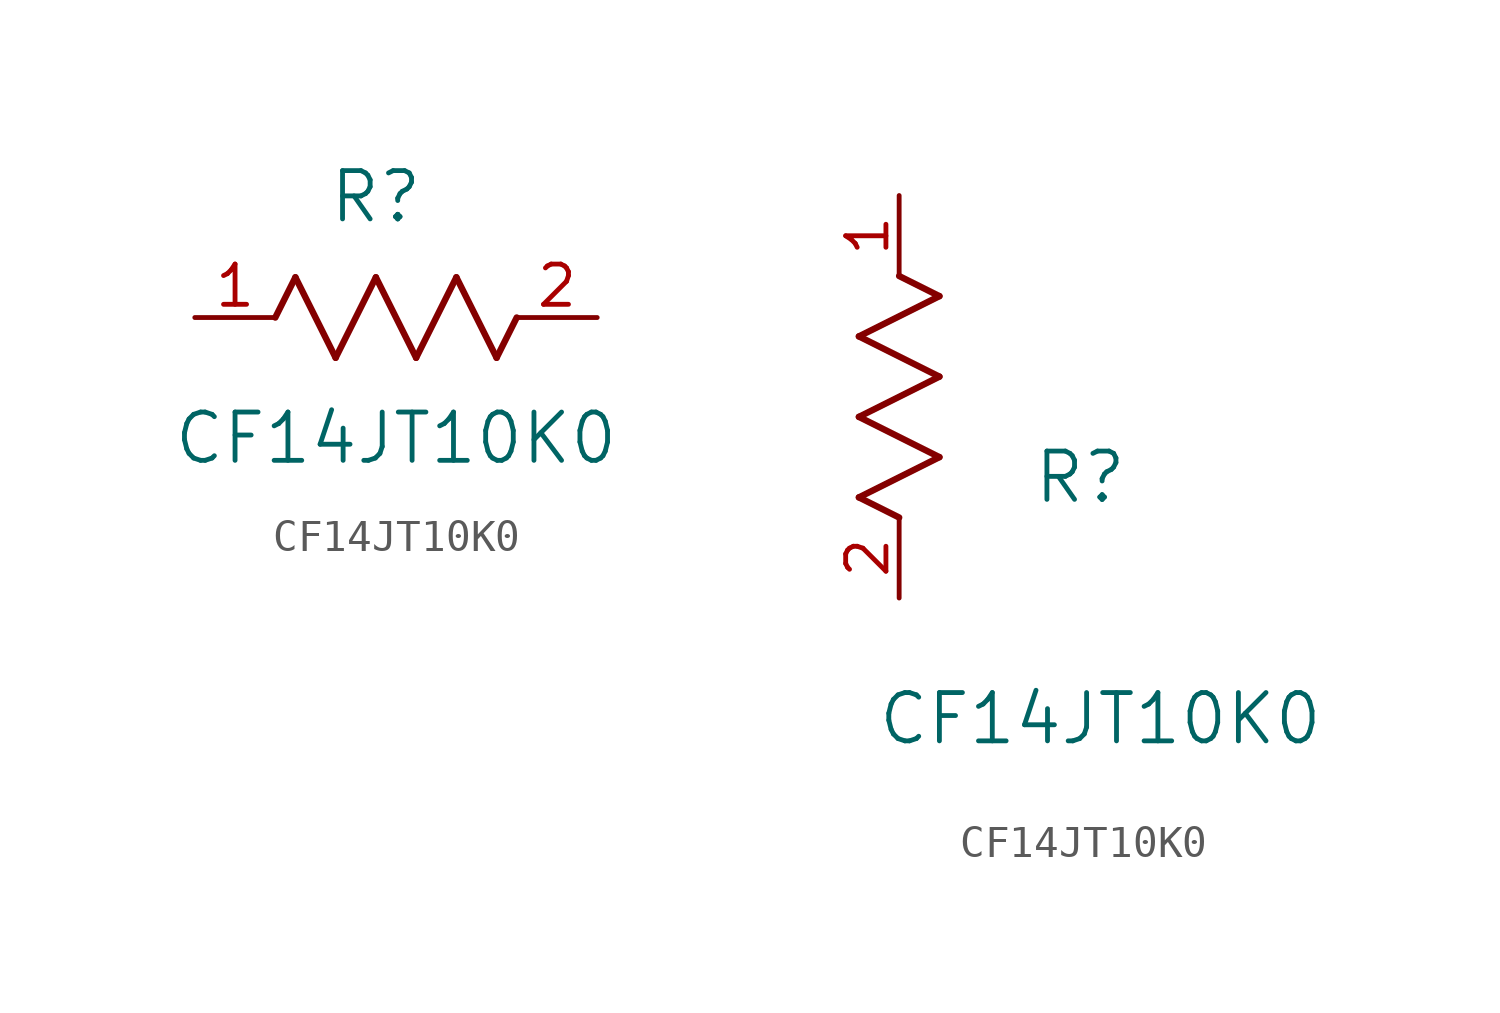
<source format=kicad_sym>
(kicad_symbol_lib
  (version 20241209)
  (generator "kicad_symbol_editor")
  (generator_version "9.0")
  (symbol "CF14JT10K0"
    (pin_names
      (offset 0.254))
    (property "Reference" "R"
      (at 5.715 3.81 0)
      (effects (font (size 1.524 1.524))))
    (property "Value" "CF14JT10K0"
      (at 6.35 -3.81 0)
      (effects (font (size 1.524 1.524))))
    (symbol "CF14JT10K0_1_1"
      (polyline (pts (xy 2.54 0) (xy 3.175 1.27)) (stroke (width 0.203) (type default)) (fill (type none)))
      (polyline (pts (xy 3.175 1.27) (xy 4.445 -1.27)) (stroke (width 0.203) (type default)) (fill (type none)))
      (polyline (pts (xy 4.445 -1.27) (xy 5.715 1.27)) (stroke (width 0.203) (type default)) (fill (type none)))
      (polyline (pts (xy 5.715 1.27) (xy 6.985 -1.27)) (stroke (width 0.203) (type default)) (fill (type none)))
      (polyline (pts (xy 6.985 -1.27) (xy 8.255 1.27)) (stroke (width 0.203) (type default)) (fill (type none)))
      (polyline (pts (xy 8.255 1.27) (xy 9.525 -1.27)) (stroke (width 0.203) (type default)) (fill (type none)))
      (polyline (pts (xy 9.525 -1.27) (xy 10.16 0)) (stroke (width 0.203) (type default)) (fill (type none)))
      (pin unspecified line (at 0 0 0) (length 2.54) (name "" (effects (font (size 1.27 1.27)))) (number "1" (effects (font (size 1.27 1.27)))))
      (pin unspecified line (at 12.7 0 180) (length 2.54) (name "" (effects (font (size 1.27 1.27)))) (number "2" (effects (font (size 1.27 1.27))))))
    (symbol "CF14JT10K0_1_2"
      (polyline (pts (xy -1.27 8.255) (xy 1.27 9.525)) (stroke (width 0.203) (type default)) (fill (type none)))
      (polyline (pts (xy -1.27 5.715) (xy 1.27 6.985)) (stroke (width 0.203) (type default)) (fill (type none)))
      (polyline (pts (xy -1.27 3.175) (xy 1.27 4.445)) (stroke (width 0.203) (type default)) (fill (type none)))
      (polyline (pts (xy 0 2.54) (xy -1.27 3.175)) (stroke (width 0.203) (type default)) (fill (type none)))
      (polyline (pts (xy 1.27 9.525) (xy 0 10.16)) (stroke (width 0.203) (type default)) (fill (type none)))
      (polyline (pts (xy 1.27 6.985) (xy -1.27 8.255)) (stroke (width 0.203) (type default)) (fill (type none)))
      (polyline (pts (xy 1.27 4.445) (xy -1.27 5.715)) (stroke (width 0.203) (type default)) (fill (type none)))
      (pin unspecified line (at 0 12.7 270) (length 2.54) (name "" (effects (font (size 1.27 1.27)))) (number "1" (effects (font (size 1.27 1.27)))))
      (pin unspecified line (at 0 0 90) (length 2.54) (name "" (effects (font (size 1.27 1.27)))) (number "2" (effects (font (size 1.27 1.27))))))))
</source>
